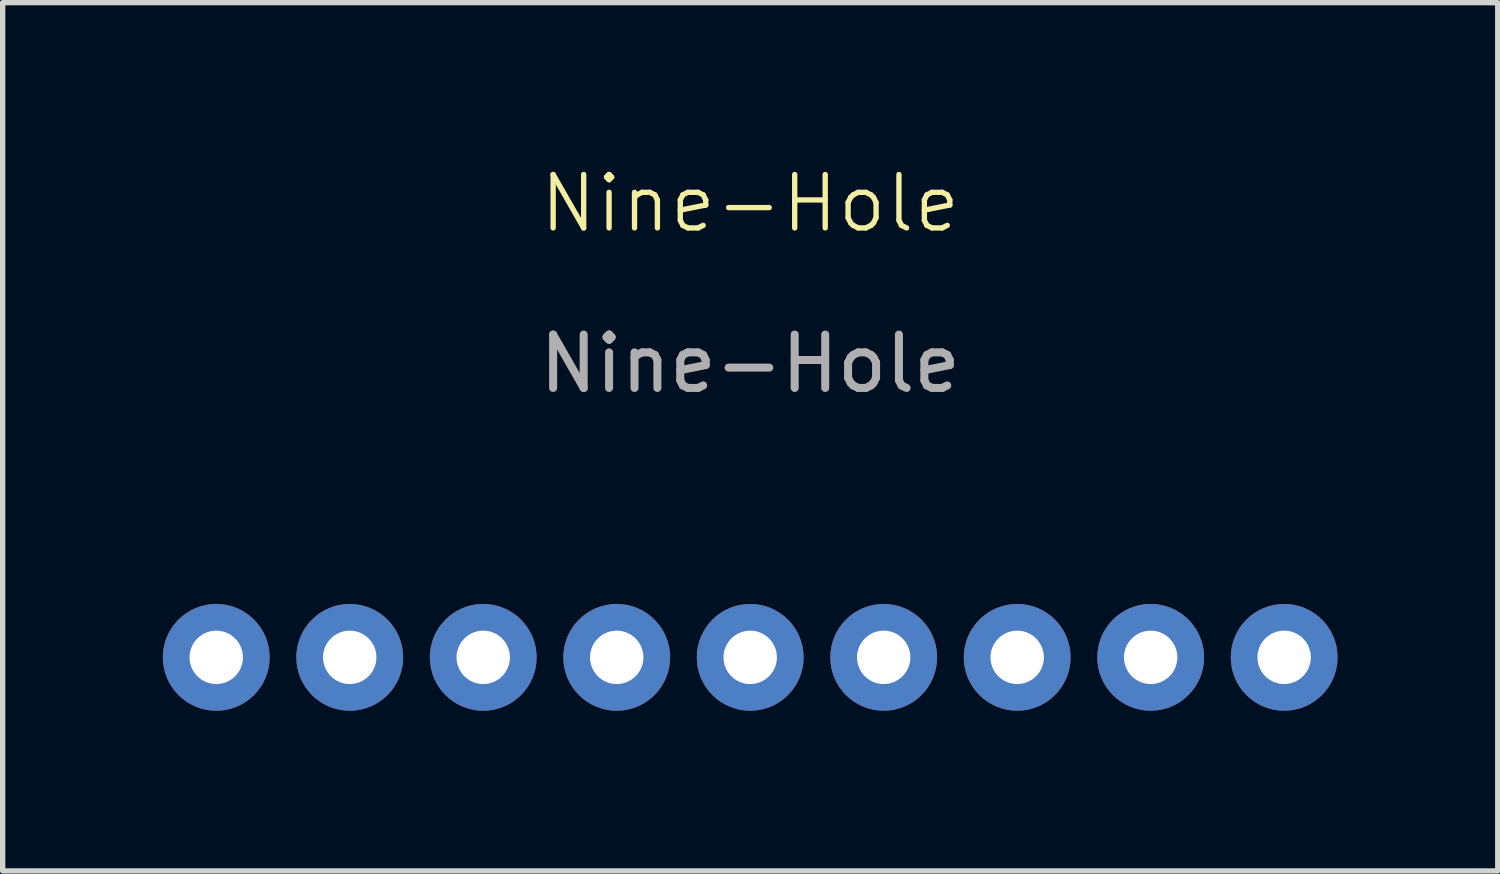
<source format=kicad_pcb>
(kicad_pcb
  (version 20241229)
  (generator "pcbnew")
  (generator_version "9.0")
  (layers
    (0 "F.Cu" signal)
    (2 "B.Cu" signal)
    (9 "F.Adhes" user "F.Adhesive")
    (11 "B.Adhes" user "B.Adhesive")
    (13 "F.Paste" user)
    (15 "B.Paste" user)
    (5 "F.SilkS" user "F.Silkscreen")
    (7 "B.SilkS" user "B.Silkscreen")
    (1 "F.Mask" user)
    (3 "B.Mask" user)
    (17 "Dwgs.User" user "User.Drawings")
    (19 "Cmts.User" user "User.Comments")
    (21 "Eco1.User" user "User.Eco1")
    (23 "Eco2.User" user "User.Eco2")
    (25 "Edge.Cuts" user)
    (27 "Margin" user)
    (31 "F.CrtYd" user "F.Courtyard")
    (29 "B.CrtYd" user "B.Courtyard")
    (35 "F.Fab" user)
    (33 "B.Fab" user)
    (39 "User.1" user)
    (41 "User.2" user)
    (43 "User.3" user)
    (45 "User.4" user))
  (footprint "Nine-Hole"
    (layer "F.Cu")
    (at 11 9.261)
    (property "Reference" "Nine-Hole" (at 0 -8.5 0) (unlocked yes) (layer "F.SilkS") (effects (font (size 1 1) (thickness 0.1))))
    (attr through_hole)
    (fp_text user "${REFERENCE}" (at 0 -5.5 0) (unlocked yes) (layer "F.Fab") (effects (font (size 1 1) (thickness 0.15))))
    (pad "1" thru_hole circle (at -10 0) (size 2 2) (drill 1) (layers "*.Cu" "*.Mask"))
    (pad "2" thru_hole circle (at -7.5 0) (size 2 2) (drill 1) (layers "*.Cu" "*.Mask"))
    (pad "3" thru_hole circle (at -5 0) (size 2 2) (drill 1) (layers "*.Cu" "*.Mask"))
    (pad "4" thru_hole circle (at -2.5 0) (size 2 2) (drill 1) (layers "*.Cu" "*.Mask"))
    (pad "5" thru_hole circle (at 0 0) (size 2 2) (drill 1) (layers "*.Cu" "*.Mask"))
    (pad "6" thru_hole circle (at 2.5 0) (size 2 2) (drill 1) (layers "*.Cu" "*.Mask"))
    (pad "7" thru_hole circle (at 5 0) (size 2 2) (drill 1) (layers "*.Cu" "*.Mask"))
    (pad "8" thru_hole circle (at 7.5 0) (size 2 2) (drill 1) (layers "*.Cu" "*.Mask"))
    (pad "9" thru_hole circle (at 10 0) (size 2 2) (drill 1) (layers "*.Cu" "*.Mask")))
  (gr_rect
    (start -3 -3)
    (end 25 13.261)
    (stroke (width 0.1) (type default))
    (fill no)
    (layer "Edge.Cuts")))
</source>
